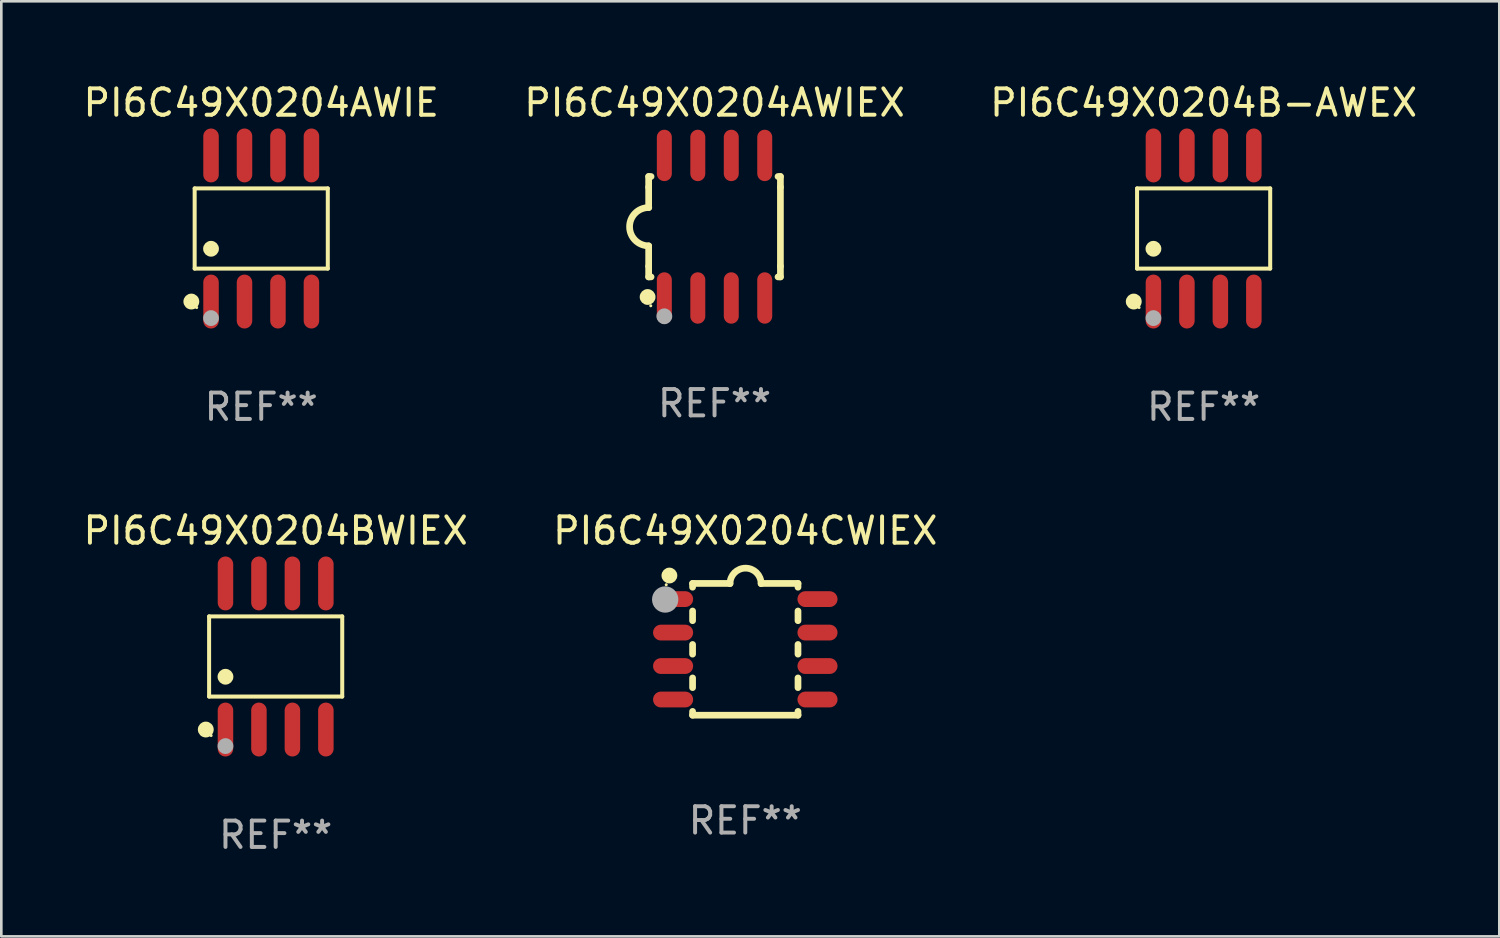
<source format=kicad_pcb>
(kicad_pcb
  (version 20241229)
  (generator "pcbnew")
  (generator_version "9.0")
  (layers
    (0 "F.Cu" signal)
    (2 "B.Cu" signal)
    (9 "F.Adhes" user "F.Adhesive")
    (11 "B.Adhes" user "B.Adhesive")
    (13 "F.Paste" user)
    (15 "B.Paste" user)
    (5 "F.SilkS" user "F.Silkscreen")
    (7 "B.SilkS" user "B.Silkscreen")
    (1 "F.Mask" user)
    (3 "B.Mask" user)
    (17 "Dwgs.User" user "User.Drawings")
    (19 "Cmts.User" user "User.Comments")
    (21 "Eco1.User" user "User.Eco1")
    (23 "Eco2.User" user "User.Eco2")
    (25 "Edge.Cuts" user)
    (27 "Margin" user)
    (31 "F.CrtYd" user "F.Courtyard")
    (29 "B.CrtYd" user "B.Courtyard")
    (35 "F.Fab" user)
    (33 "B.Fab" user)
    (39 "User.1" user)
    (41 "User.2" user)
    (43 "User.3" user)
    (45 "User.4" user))
  (footprint "PI6C49X0204AWIEX"
    (layer "F.Cu")
    (at 24.065 5.553)
    (property "Reference" "PI6C49X0204AWIEX" (at 0 -4.705 0) (layer "F.SilkS") (effects (font (size 1 1) (thickness 0.15))))
    (attr through_hole)
    (fp_line (start -2.5 -1.905) (end -2.409 -1.905) (stroke (width 0.254) (type solid)) (layer "F.SilkS"))
    (fp_line (start -2.5 -1.5) (end -2.5 -1.905) (stroke (width 0.254) (type solid)) (layer "F.SilkS"))
    (fp_line (start -2.5 -1.5) (end -2.5 -0.726) (stroke (width 0.254) (type solid)) (layer "F.SilkS"))
    (fp_line (start -2.5 1.5) (end -2.5 0.727) (stroke (width 0.254) (type solid)) (layer "F.SilkS"))
    (fp_line (start -2.5 1.5) (end -2.5 1.905) (stroke (width 0.254) (type solid)) (layer "F.SilkS"))
    (fp_line (start -2.5 1.905) (end -2.409 1.905) (stroke (width 0.254) (type solid)) (layer "F.SilkS"))
    (fp_line (start 2.5 -1.905) (end 2.409 -1.905) (stroke (width 0.254) (type solid)) (layer "F.SilkS"))
    (fp_line (start 2.5 -1.5) (end 2.5 -1.905) (stroke (width 0.254) (type solid)) (layer "F.SilkS"))
    (fp_line (start 2.5 -1.5) (end 2.5 1.5) (stroke (width 0.254) (type solid)) (layer "F.SilkS"))
    (fp_line (start 2.5 1.5) (end 2.5 1.905) (stroke (width 0.254) (type solid)) (layer "F.SilkS"))
    (fp_line (start 2.5 1.905) (end 2.409 1.905) (stroke (width 0.254) (type solid)) (layer "F.SilkS"))
    (fp_arc (start -2.5 0.726568) (mid -3.220316 -0.0023) (end -2.495097 -0.726289) (stroke (width 0.254001) (type solid)) (layer "F.SilkS"))
    (fp_circle (center -2.54 2.667) (end -2.39 2.667) (stroke (width 0.3) (type solid)) (fill no) (layer "F.SilkS"))
    (fp_circle (center -2.42 3) (end -2.39 3) (stroke (width 0.06) (type solid)) (fill no) (layer "F.SilkS"))
    (fp_circle (center -1.905 3.4) (end -1.755 3.4) (stroke (width 0.3) (type solid)) (fill no) (layer "F.Fab"))
    (fp_text user "REF**" (at 0 6.705 0) (layer "F.Fab") (effects (font (size 1 1) (thickness 0.15))))
    (pad "1" smd oval (at -1.905 2.705) (size 0.568 1.95) (layers "F.Cu" "F.Mask" "F.Paste"))
    (pad "2" smd oval (at -0.635 2.705) (size 0.568 1.95) (layers "F.Cu" "F.Mask" "F.Paste"))
    (pad "3" smd oval (at 0.635 2.705) (size 0.568 1.95) (layers "F.Cu" "F.Mask" "F.Paste"))
    (pad "4" smd oval (at 1.905 2.705) (size 0.568 1.95) (layers "F.Cu" "F.Mask" "F.Paste"))
    (pad "5" smd oval (at 1.905 -2.705) (size 0.568 1.95) (layers "F.Cu" "F.Mask" "F.Paste"))
    (pad "6" smd oval (at 0.635 -2.705) (size 0.568 1.95) (layers "F.Cu" "F.Mask" "F.Paste"))
    (pad "7" smd oval (at -0.635 -2.705) (size 0.568 1.95) (layers "F.Cu" "F.Mask" "F.Paste"))
    (pad "8" smd oval (at -1.905 -2.705) (size 0.568 1.95) (layers "F.Cu" "F.Mask" "F.Paste")))
  (footprint "PI6C49X0204B-AWEX"
    (layer "F.Cu")
    (at 42.625 5.621)
    (property "Reference" "PI6C49X0204B-AWEX" (at 0 -4.772 0) (layer "F.SilkS") (effects (font (size 1 1) (thickness 0.15))))
    (attr through_hole)
    (fp_line (start -2.526 -1.521) (end 2.526 -1.521) (stroke (width 0.152) (type solid)) (layer "F.SilkS"))
    (fp_line (start -2.526 1.521) (end -2.526 -1.521) (stroke (width 0.152) (type solid)) (layer "F.SilkS"))
    (fp_line (start 2.526 -1.521) (end 2.526 1.521) (stroke (width 0.152) (type solid)) (layer "F.SilkS"))
    (fp_line (start 2.526 1.521) (end -2.526 1.521) (stroke (width 0.152) (type solid)) (layer "F.SilkS"))
    (fp_circle (center -2.652 2.772) (end -2.501 2.772) (stroke (width 0.3) (type solid)) (fill no) (layer "F.SilkS"))
    (fp_circle (center -2.45 3) (end -2.42 3) (stroke (width 0.06) (type solid)) (fill no) (layer "F.SilkS"))
    (fp_circle (center -1.905 0.769) (end -1.755 0.769) (stroke (width 0.3) (type solid)) (fill no) (layer "F.SilkS"))
    (fp_circle (center -1.905 3.4) (end -1.755 3.4) (stroke (width 0.3) (type solid)) (fill no) (layer "F.Fab"))
    (fp_text user "REF**" (at 0 6.772 0) (layer "F.Fab") (effects (font (size 1 1) (thickness 0.15))))
    (pad "1" smd oval (at -1.905 2.772) (size 0.588 2.045) (layers "F.Cu" "F.Mask" "F.Paste"))
    (pad "2" smd oval (at -0.635 2.772) (size 0.588 2.045) (layers "F.Cu" "F.Mask" "F.Paste"))
    (pad "3" smd oval (at 0.635 2.772) (size 0.588 2.045) (layers "F.Cu" "F.Mask" "F.Paste"))
    (pad "4" smd oval (at 1.905 2.772) (size 0.588 2.045) (layers "F.Cu" "F.Mask" "F.Paste"))
    (pad "5" smd oval (at 1.905 -2.772) (size 0.588 2.045) (layers "F.Cu" "F.Mask" "F.Paste"))
    (pad "6" smd oval (at 0.635 -2.772) (size 0.588 2.045) (layers "F.Cu" "F.Mask" "F.Paste"))
    (pad "7" smd oval (at -0.635 -2.772) (size 0.588 2.045) (layers "F.Cu" "F.Mask" "F.Paste"))
    (pad "8" smd oval (at -1.905 -2.772) (size 0.588 2.045) (layers "F.Cu" "F.Mask" "F.Paste")))
  (footprint "PI6C49X0204BWIEX"
    (layer "F.Cu")
    (at 7.411 21.862)
    (property "Reference" "PI6C49X0204BWIEX" (at 0 -4.772 0) (layer "F.SilkS") (effects (font (size 1 1) (thickness 0.15))))
    (attr through_hole)
    (fp_line (start -2.526 -1.521) (end 2.526 -1.521) (stroke (width 0.152) (type solid)) (layer "F.SilkS"))
    (fp_line (start -2.526 1.521) (end -2.526 -1.521) (stroke (width 0.152) (type solid)) (layer "F.SilkS"))
    (fp_line (start 2.526 -1.521) (end 2.526 1.521) (stroke (width 0.152) (type solid)) (layer "F.SilkS"))
    (fp_line (start 2.526 1.521) (end -2.526 1.521) (stroke (width 0.152) (type solid)) (layer "F.SilkS"))
    (fp_circle (center -2.652 2.772) (end -2.501 2.772) (stroke (width 0.3) (type solid)) (fill no) (layer "F.SilkS"))
    (fp_circle (center -2.45 3) (end -2.42 3) (stroke (width 0.06) (type solid)) (fill no) (layer "F.SilkS"))
    (fp_circle (center -1.905 0.769) (end -1.755 0.769) (stroke (width 0.3) (type solid)) (fill no) (layer "F.SilkS"))
    (fp_circle (center -1.905 3.4) (end -1.755 3.4) (stroke (width 0.3) (type solid)) (fill no) (layer "F.Fab"))
    (fp_text user "REF**" (at 0 6.772 0) (layer "F.Fab") (effects (font (size 1 1) (thickness 0.15))))
    (pad "1" smd oval (at -1.905 2.772) (size 0.588 2.045) (layers "F.Cu" "F.Mask" "F.Paste"))
    (pad "2" smd oval (at -0.635 2.772) (size 0.588 2.045) (layers "F.Cu" "F.Mask" "F.Paste"))
    (pad "3" smd oval (at 0.635 2.772) (size 0.588 2.045) (layers "F.Cu" "F.Mask" "F.Paste"))
    (pad "4" smd oval (at 1.905 2.772) (size 0.588 2.045) (layers "F.Cu" "F.Mask" "F.Paste"))
    (pad "5" smd oval (at 1.905 -2.772) (size 0.588 2.045) (layers "F.Cu" "F.Mask" "F.Paste"))
    (pad "6" smd oval (at 0.635 -2.772) (size 0.588 2.045) (layers "F.Cu" "F.Mask" "F.Paste"))
    (pad "7" smd oval (at -0.635 -2.772) (size 0.588 2.045) (layers "F.Cu" "F.Mask" "F.Paste"))
    (pad "8" smd oval (at -1.905 -2.772) (size 0.588 2.045) (layers "F.Cu" "F.Mask" "F.Paste")))
  (footprint "PI6C49X0204CWIEX"
    (layer "F.Cu")
    (at 25.232 21.59)
    (property "Reference" "PI6C49X0204CWIEX" (at 0 -4.5 0) (layer "F.SilkS") (effects (font (size 1 1) (thickness 0.15))))
    (attr through_hole)
    (fp_line (start -2 -2.5) (end -2 -2.356) (stroke (width 0.254) (type solid)) (layer "F.SilkS"))
    (fp_line (start -2 -1.454) (end -2 -1.086) (stroke (width 0.254) (type solid)) (layer "F.SilkS"))
    (fp_line (start -2 -0.184) (end -2 0.184) (stroke (width 0.254) (type solid)) (layer "F.SilkS"))
    (fp_line (start -2 1.086) (end -2 1.454) (stroke (width 0.254) (type solid)) (layer "F.SilkS"))
    (fp_line (start -2 2.356) (end -2 2.5) (stroke (width 0.254) (type solid)) (layer "F.SilkS"))
    (fp_line (start -0.58 -2.5) (end -2 -2.5) (stroke (width 0.254) (type solid)) (layer "F.SilkS"))
    (fp_line (start 2 -2.5) (end 0.6 -2.5) (stroke (width 0.254) (type solid)) (layer "F.SilkS"))
    (fp_line (start 2 -2.5) (end 2 -2.356) (stroke (width 0.254) (type solid)) (layer "F.SilkS"))
    (fp_line (start 2 -1.454) (end 2 -1.086) (stroke (width 0.254) (type solid)) (layer "F.SilkS"))
    (fp_line (start 2 -0.184) (end 2 0.184) (stroke (width 0.254) (type solid)) (layer "F.SilkS"))
    (fp_line (start 2 1.086) (end 2 1.454) (stroke (width 0.254) (type solid)) (layer "F.SilkS"))
    (fp_line (start 2 2.356) (end 2 2.5) (stroke (width 0.254) (type solid)) (layer "F.SilkS"))
    (fp_line (start 2 2.5) (end -2 2.5) (stroke (width 0.254) (type solid)) (layer "F.SilkS"))
    (fp_arc (start -0.579908 -2.489992) (mid 0.010097 -3.07831) (end 0.600102 -2.489992) (stroke (width 0.254001) (type solid)) (layer "F.SilkS"))
    (fp_circle (center -3 -2.45) (end -2.97 -2.45) (stroke (width 0.06) (type solid)) (fill no) (layer "F.SilkS"))
    (fp_circle (center -2.88 -2.8) (end -2.73 -2.8) (stroke (width 0.3) (type solid)) (fill no) (layer "F.SilkS"))
    (fp_circle (center -3.04 -1.89) (end -2.79 -1.89) (stroke (width 0.5) (type solid)) (fill no) (layer "F.Fab"))
    (fp_text user "REF**" (at 0 6.5 0) (layer "F.Fab") (effects (font (size 1 1) (thickness 0.15))))
    (pad "1" smd oval (at -2.74 -1.905 90) (size 0.6 1.52) (layers "F.Cu" "F.Mask" "F.Paste"))
    (pad "2" smd oval (at -2.74 -0.635 90) (size 0.6 1.52) (layers "F.Cu" "F.Mask" "F.Paste"))
    (pad "3" smd oval (at -2.74 0.635 90) (size 0.6 1.52) (layers "F.Cu" "F.Mask" "F.Paste"))
    (pad "4" smd oval (at -2.74 1.905 90) (size 0.6 1.52) (layers "F.Cu" "F.Mask" "F.Paste"))
    (pad "5" smd oval (at 2.74 1.905 90) (size 0.6 1.52) (layers "F.Cu" "F.Mask" "F.Paste"))
    (pad "6" smd oval (at 2.74 0.635 90) (size 0.6 1.52) (layers "F.Cu" "F.Mask" "F.Paste"))
    (pad "7" smd oval (at 2.74 -0.635 90) (size 0.6 1.52) (layers "F.Cu" "F.Mask" "F.Paste"))
    (pad "8" smd oval (at 2.74 -1.905 90) (size 0.6 1.52) (layers "F.Cu" "F.Mask" "F.Paste")))
  (footprint "PI6C49X0204AWIE"
    (layer "F.Cu")
    (at 6.863 5.621)
    (property "Reference" "PI6C49X0204AWIE" (at 0 -4.772 0) (layer "F.SilkS") (effects (font (size 1 1) (thickness 0.15))))
    (attr through_hole)
    (fp_line (start -2.526 -1.521) (end 2.526 -1.521) (stroke (width 0.152) (type solid)) (layer "F.SilkS"))
    (fp_line (start -2.526 1.521) (end -2.526 -1.521) (stroke (width 0.152) (type solid)) (layer "F.SilkS"))
    (fp_line (start 2.526 -1.521) (end 2.526 1.521) (stroke (width 0.152) (type solid)) (layer "F.SilkS"))
    (fp_line (start 2.526 1.521) (end -2.526 1.521) (stroke (width 0.152) (type solid)) (layer "F.SilkS"))
    (fp_circle (center -2.652 2.772) (end -2.501 2.772) (stroke (width 0.3) (type solid)) (fill no) (layer "F.SilkS"))
    (fp_circle (center -2.45 3) (end -2.42 3) (stroke (width 0.06) (type solid)) (fill no) (layer "F.SilkS"))
    (fp_circle (center -1.905 0.769) (end -1.755 0.769) (stroke (width 0.3) (type solid)) (fill no) (layer "F.SilkS"))
    (fp_circle (center -1.905 3.4) (end -1.755 3.4) (stroke (width 0.3) (type solid)) (fill no) (layer "F.Fab"))
    (fp_text user "REF**" (at 0 6.772 0) (layer "F.Fab") (effects (font (size 1 1) (thickness 0.15))))
    (pad "1" smd oval (at -1.905 2.772) (size 0.588 2.045) (layers "F.Cu" "F.Mask" "F.Paste"))
    (pad "2" smd oval (at -0.635 2.772) (size 0.588 2.045) (layers "F.Cu" "F.Mask" "F.Paste"))
    (pad "3" smd oval (at 0.635 2.772) (size 0.588 2.045) (layers "F.Cu" "F.Mask" "F.Paste"))
    (pad "4" smd oval (at 1.905 2.772) (size 0.588 2.045) (layers "F.Cu" "F.Mask" "F.Paste"))
    (pad "5" smd oval (at 1.905 -2.772) (size 0.588 2.045) (layers "F.Cu" "F.Mask" "F.Paste"))
    (pad "6" smd oval (at 0.635 -2.772) (size 0.588 2.045) (layers "F.Cu" "F.Mask" "F.Paste"))
    (pad "7" smd oval (at -0.635 -2.772) (size 0.588 2.045) (layers "F.Cu" "F.Mask" "F.Paste"))
    (pad "8" smd oval (at -1.905 -2.772) (size 0.588 2.045) (layers "F.Cu" "F.Mask" "F.Paste")))
  (gr_rect
    (start -3 -3)
    (end 53.845 32.483)
    (stroke (width 0.1) (type default))
    (fill no)
    (layer "Edge.Cuts")))
</source>
